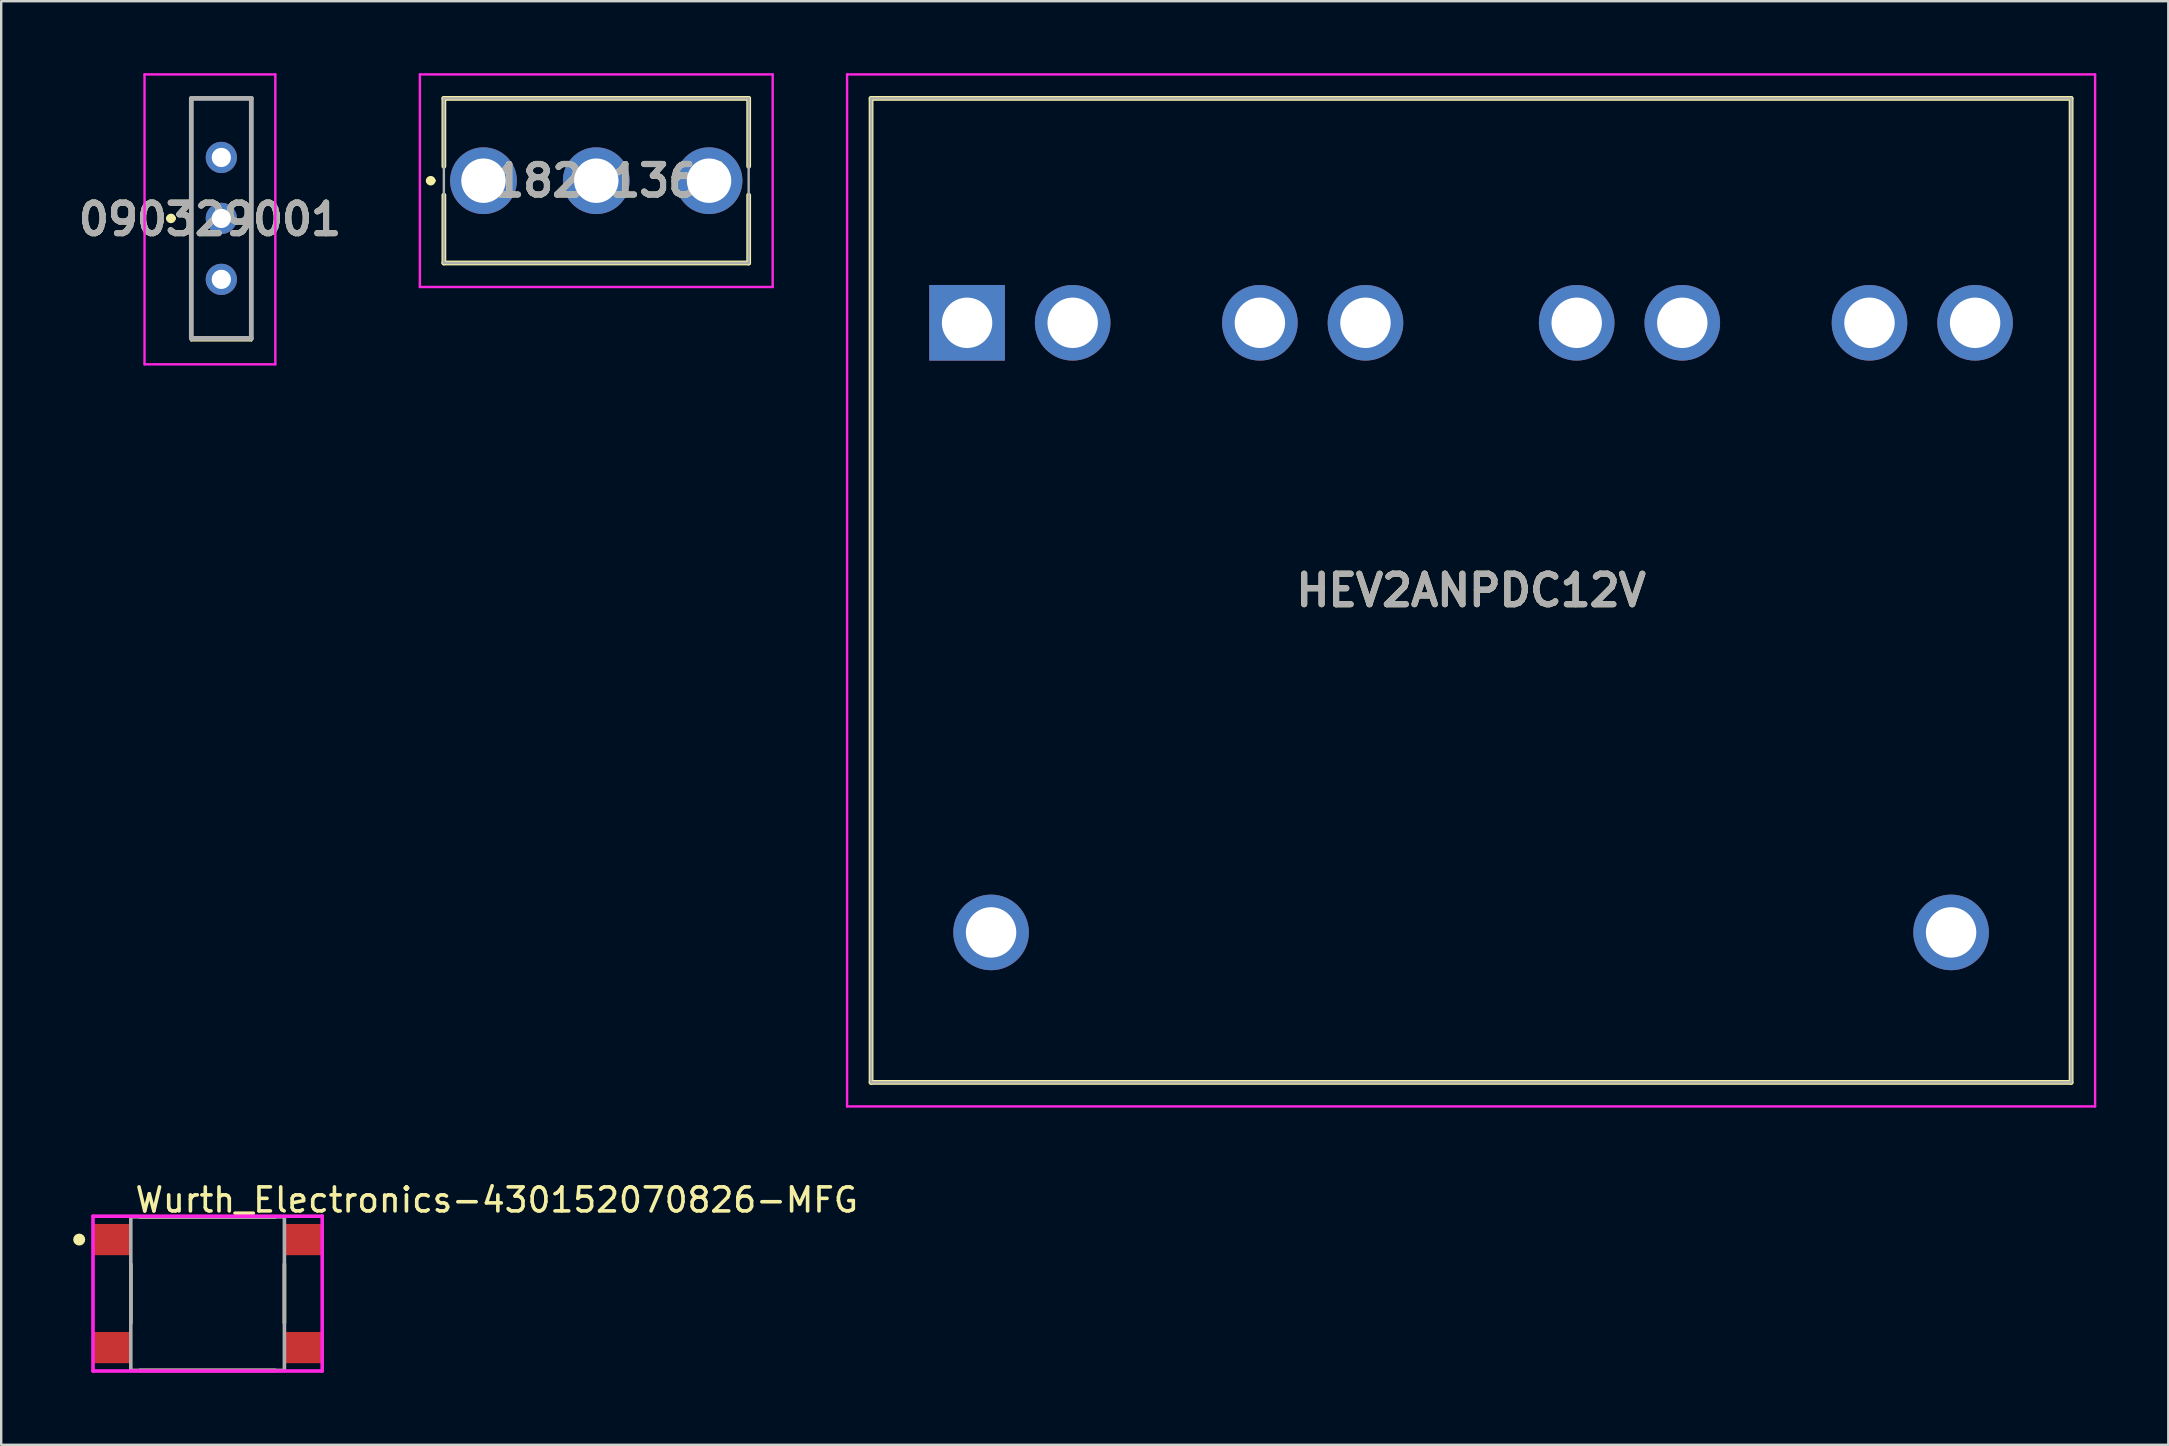
<source format=kicad_pcb>
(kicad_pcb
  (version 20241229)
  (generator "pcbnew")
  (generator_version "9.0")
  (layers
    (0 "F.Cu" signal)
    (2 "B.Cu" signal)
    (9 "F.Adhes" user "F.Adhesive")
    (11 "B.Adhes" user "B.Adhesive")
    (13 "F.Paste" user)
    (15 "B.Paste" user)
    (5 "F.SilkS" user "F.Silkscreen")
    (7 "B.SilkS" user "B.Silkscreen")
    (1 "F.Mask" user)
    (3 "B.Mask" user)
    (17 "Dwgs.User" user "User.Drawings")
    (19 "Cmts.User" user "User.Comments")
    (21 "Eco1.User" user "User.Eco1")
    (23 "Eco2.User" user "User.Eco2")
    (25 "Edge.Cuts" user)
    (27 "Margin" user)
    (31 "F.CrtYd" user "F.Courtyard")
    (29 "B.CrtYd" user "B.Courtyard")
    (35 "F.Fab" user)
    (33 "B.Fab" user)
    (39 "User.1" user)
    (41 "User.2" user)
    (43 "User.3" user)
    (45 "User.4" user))
  (footprint "Wurth_Electronics-430152070826-MFG"
    (layer "F.Cu")
    (at 5.6 50.848)
    (property "Reference" "Wurth_Electronics-430152070826-MFG" (at -3.1 -3.9 0) (layer "F.SilkS") (effects (font (size 1 1) (thickness 0.15)) (justify left)))
    (attr through_hole)
    (fp_line (start -3.2 1.225) (end -3.2 -1.225) (stroke (width 0.15) (type solid)) (layer "F.SilkS"))
    (fp_line (start -2.825 -3.2) (end 2.825 -3.2) (stroke (width 0.15) (type solid)) (layer "F.SilkS"))
    (fp_line (start -2.825 3.2) (end 2.825 3.2) (stroke (width 0.15) (type solid)) (layer "F.SilkS"))
    (fp_line (start 3.2 1.225) (end 3.2 -1.225) (stroke (width 0.15) (type solid)) (layer "F.SilkS"))
    (fp_circle (center -5.35 -2.25) (end -5.225 -2.25) (stroke (width 0.25) (type solid)) (fill no) (layer "F.SilkS"))
    (fp_line (start -4.775 -3.225) (end -4.775 3.225) (stroke (width 0.15) (type solid)) (layer "F.CrtYd"))
    (fp_line (start -4.775 3.225) (end 4.775 3.225) (stroke (width 0.15) (type solid)) (layer "F.CrtYd"))
    (fp_line (start 4.775 -3.225) (end -4.775 -3.225) (stroke (width 0.15) (type solid)) (layer "F.CrtYd"))
    (fp_line (start 4.775 -3.225) (end 4.775 -3.225) (stroke (width 0.15) (type solid)) (layer "F.CrtYd"))
    (fp_line (start 4.775 3.225) (end 4.775 -3.225) (stroke (width 0.15) (type solid)) (layer "F.CrtYd"))
    (fp_line (start -3.2 -3.2) (end 3.2 -3.2) (stroke (width 0.15) (type solid)) (layer "F.Fab"))
    (fp_line (start -3.2 3.2) (end -3.2 -3.2) (stroke (width 0.15) (type solid)) (layer "F.Fab"))
    (fp_line (start 3.2 -3.2) (end 3.2 3.2) (stroke (width 0.15) (type solid)) (layer "F.Fab"))
    (fp_line (start 3.2 3.2) (end -3.2 3.2) (stroke (width 0.15) (type solid)) (layer "F.Fab"))
    (pad "1" smd rect (at -3.975 -2.25) (size 1.55 1.3) (layers "F.Cu" "F.Mask" "F.Paste"))
    (pad "2" smd rect (at -3.975 2.25) (size 1.55 1.3) (layers "F.Cu" "F.Mask" "F.Paste"))
    (pad "3" smd rect (at 3.975 -2.25) (size 1.55 1.3) (layers "F.Cu" "F.Mask" "F.Paste"))
    (pad "4" smd rect (at 3.975 2.25) (size 1.55 1.3) (layers "F.Cu" "F.Mask" "F.Paste")))
  (footprint "418251365"
    (layer "F.Cu")
    (at 17.095 4.479)
    (property "Reference" "418251365" (at 4.699 0 0) (layer "F.SilkS") (effects (font (size 1.27 1.27) (thickness 0.254))))
    (attr through_hole)
    (fp_line (start -2.3 0) (end -2.3 0) (stroke (width 0.2) (type solid)) (layer "F.SilkS"))
    (fp_line (start -2.1 0) (end -2.1 0) (stroke (width 0.2) (type solid)) (layer "F.SilkS"))
    (fp_line (start -1.651 -3.429) (end 11.049 -3.429) (stroke (width 0.2) (type solid)) (layer "F.SilkS"))
    (fp_line (start -1.651 -0.6) (end -1.651 -3.429) (stroke (width 0.2) (type solid)) (layer "F.SilkS"))
    (fp_line (start -1.651 0.6) (end -1.651 3.429) (stroke (width 0.2) (type solid)) (layer "F.SilkS"))
    (fp_line (start -1.651 3.429) (end 11.049 3.429) (stroke (width 0.2) (type solid)) (layer "F.SilkS"))
    (fp_line (start 11.049 -3.429) (end 11.049 -0.6) (stroke (width 0.2) (type solid)) (layer "F.SilkS"))
    (fp_line (start 11.049 3.429) (end 11.049 0.6) (stroke (width 0.2) (type solid)) (layer "F.SilkS"))
    (fp_arc (start -2.3 0) (mid -2.2 -0.1) (end -2.1 0) (stroke (width 0.2) (type solid)) (layer "F.SilkS"))
    (fp_arc (start -2.1 0) (mid -2.2 0.1) (end -2.3 0) (stroke (width 0.2) (type solid)) (layer "F.SilkS"))
    (fp_line (start -2.651 -4.429) (end 12.049 -4.429) (stroke (width 0.1) (type solid)) (layer "F.CrtYd"))
    (fp_line (start -2.651 4.429) (end -2.651 -4.429) (stroke (width 0.1) (type solid)) (layer "F.CrtYd"))
    (fp_line (start 12.049 -4.429) (end 12.049 4.429) (stroke (width 0.1) (type solid)) (layer "F.CrtYd"))
    (fp_line (start 12.049 4.429) (end -2.651 4.429) (stroke (width 0.1) (type solid)) (layer "F.CrtYd"))
    (fp_line (start -1.651 -3.429) (end 11.049 -3.429) (stroke (width 0.1) (type solid)) (layer "F.Fab"))
    (fp_line (start -1.651 3.429) (end -1.651 -3.429) (stroke (width 0.1) (type solid)) (layer "F.Fab"))
    (fp_line (start 11.049 -3.429) (end 11.049 3.429) (stroke (width 0.1) (type solid)) (layer "F.Fab"))
    (fp_line (start 11.049 3.429) (end -1.651 3.429) (stroke (width 0.1) (type solid)) (layer "F.Fab"))
    (fp_text user "${REFERENCE}" (at 4.699 0 0) (layer "F.Fab") (effects (font (size 1.27 1.27) (thickness 0.254))))
    (pad "1" thru_hole circle (at 0 0) (size 2.781 2.781) (drill 1.85) (layers "*.Cu" "*.Mask"))
    (pad "2" thru_hole circle (at 4.699 0) (size 2.781 2.781) (drill 1.85) (layers "*.Cu" "*.Mask"))
    (pad "3" thru_hole circle (at 9.398 0) (size 2.781 2.781) (drill 1.85) (layers "*.Cu" "*.Mask")))
  (footprint "090329001"
    (layer "F.Cu")
    (at 6.172 6.05)
    (property "Reference" "090329001" (at -0.475 0.04 0) (layer "F.SilkS") (effects (font (size 1.27 1.27) (thickness 0.254))))
    (attr through_hole)
    (fp_line (start -2.2 0) (end -2.2 0) (stroke (width 0.2) (type solid)) (layer "F.SilkS"))
    (fp_line (start -2 0) (end -2 0) (stroke (width 0.2) (type solid)) (layer "F.SilkS"))
    (fp_line (start -1.25 -5) (end 1.25 -5) (stroke (width 0.1) (type solid)) (layer "F.SilkS"))
    (fp_line (start -1.25 5.08) (end -1.25 -5) (stroke (width 0.1) (type solid)) (layer "F.SilkS"))
    (fp_line (start 1.25 -5) (end 1.25 5.08) (stroke (width 0.1) (type solid)) (layer "F.SilkS"))
    (fp_line (start 1.25 5.08) (end -1.25 5.08) (stroke (width 0.1) (type solid)) (layer "F.SilkS"))
    (fp_arc (start -2.2 0) (mid -2.1 -0.1) (end -2 0) (stroke (width 0.2) (type solid)) (layer "F.SilkS"))
    (fp_arc (start -2 0) (mid -2.1 0.1) (end -2.2 0) (stroke (width 0.2) (type solid)) (layer "F.SilkS"))
    (fp_line (start -3.2 -6) (end 2.25 -6) (stroke (width 0.1) (type solid)) (layer "F.CrtYd"))
    (fp_line (start -3.2 6.08) (end -3.2 -6) (stroke (width 0.1) (type solid)) (layer "F.CrtYd"))
    (fp_line (start 2.25 -6) (end 2.25 6.08) (stroke (width 0.1) (type solid)) (layer "F.CrtYd"))
    (fp_line (start 2.25 6.08) (end -3.2 6.08) (stroke (width 0.1) (type solid)) (layer "F.CrtYd"))
    (fp_line (start -1.25 -5) (end 1.25 -5) (stroke (width 0.2) (type solid)) (layer "F.Fab"))
    (fp_line (start -1.25 5) (end -1.25 -5) (stroke (width 0.2) (type solid)) (layer "F.Fab"))
    (fp_line (start 1.25 -5) (end 1.25 5) (stroke (width 0.2) (type solid)) (layer "F.Fab"))
    (fp_line (start 1.25 5) (end -1.25 5) (stroke (width 0.2) (type solid)) (layer "F.Fab"))
    (fp_text user "${REFERENCE}" (at -0.475 0.04 0) (layer "F.Fab") (effects (font (size 1.27 1.27) (thickness 0.254))))
    (pad "1" thru_hole circle (at 0 0) (size 1.3 1.3) (drill 0.8) (layers "*.Cu" "*.Mask"))
    (pad "2" thru_hole circle (at 0 2.54) (size 1.3 1.3) (drill 0.8) (layers "*.Cu" "*.Mask"))
    (pad "3" thru_hole circle (at 0 -2.54) (size 1.3 1.3) (drill 0.8) (layers "*.Cu" "*.Mask")))
  (footprint "HEV2ANPDC12V"
    (layer "F.Cu")
    (at 37.244 10.4)
    (property "Reference" "HEV2ANPDC12V" (at 21 11.15 0) (layer "F.SilkS") (effects (font (size 1.27 1.27) (thickness 0.254))))
    (attr through_hole)
    (fp_line (start -4 -9.35) (end -4 31.65) (stroke (width 0.2) (type solid)) (layer "F.SilkS"))
    (fp_line (start -4 31.65) (end 46 31.65) (stroke (width 0.2) (type solid)) (layer "F.SilkS"))
    (fp_line (start 46 -9.35) (end -4 -9.35) (stroke (width 0.2) (type solid)) (layer "F.SilkS"))
    (fp_line (start 46 31.65) (end 46 -9.35) (stroke (width 0.2) (type solid)) (layer "F.SilkS"))
    (fp_line (start -5 -10.35) (end -5 32.65) (stroke (width 0.1) (type solid)) (layer "F.CrtYd"))
    (fp_line (start -5 32.65) (end 47 32.65) (stroke (width 0.1) (type solid)) (layer "F.CrtYd"))
    (fp_line (start 47 -10.35) (end -5 -10.35) (stroke (width 0.1) (type solid)) (layer "F.CrtYd"))
    (fp_line (start 47 32.65) (end 47 -10.35) (stroke (width 0.1) (type solid)) (layer "F.CrtYd"))
    (fp_line (start -4 -9.35) (end 46 -9.35) (stroke (width 0.1) (type solid)) (layer "F.Fab"))
    (fp_line (start -4 31.65) (end -4 -9.35) (stroke (width 0.1) (type solid)) (layer "F.Fab"))
    (fp_line (start 46 -9.35) (end 46 31.65) (stroke (width 0.1) (type solid)) (layer "F.Fab"))
    (fp_line (start 46 31.65) (end -4 31.65) (stroke (width 0.1) (type solid)) (layer "F.Fab"))
    (fp_text user "${REFERENCE}" (at 21 11.15 0) (layer "F.Fab") (effects (font (size 1.27 1.27) (thickness 0.254))))
    (pad "5" thru_hole circle (at 41 25.4) (size 3.15 3.15) (drill 2.1) (layers "*.Cu" "*.Mask"))
    (pad "6" thru_hole circle (at 1 25.4) (size 3.15 3.15) (drill 2.1) (layers "*.Cu" "*.Mask"))
    (pad "A1" thru_hole rect (at 0 0) (size 3.15 3.15) (drill 2.1) (layers "*.Cu" "*.Mask"))
    (pad "A2" thru_hole circle (at 12.2 0) (size 3.15 3.15) (drill 2.1) (layers "*.Cu" "*.Mask"))
    (pad "A3" thru_hole circle (at 25.4 0) (size 3.15 3.15) (drill 2.1) (layers "*.Cu" "*.Mask"))
    (pad "A4" thru_hole circle (at 37.6 0) (size 3.15 3.15) (drill 2.1) (layers "*.Cu" "*.Mask"))
    (pad "B1" thru_hole circle (at 4.4 0) (size 3.15 3.15) (drill 2.1) (layers "*.Cu" "*.Mask"))
    (pad "B2" thru_hole circle (at 16.6 0) (size 3.15 3.15) (drill 2.1) (layers "*.Cu" "*.Mask"))
    (pad "B3" thru_hole circle (at 29.8 0) (size 3.15 3.15) (drill 2.1) (layers "*.Cu" "*.Mask"))
    (pad "B4" thru_hole circle (at 42 0) (size 3.15 3.15) (drill 2.1) (layers "*.Cu" "*.Mask")))
  (gr_rect
    (start -3 -3)
    (end 87.294 57.148)
    (stroke (width 0.1) (type default))
    (fill no)
    (layer "Edge.Cuts")))
</source>
